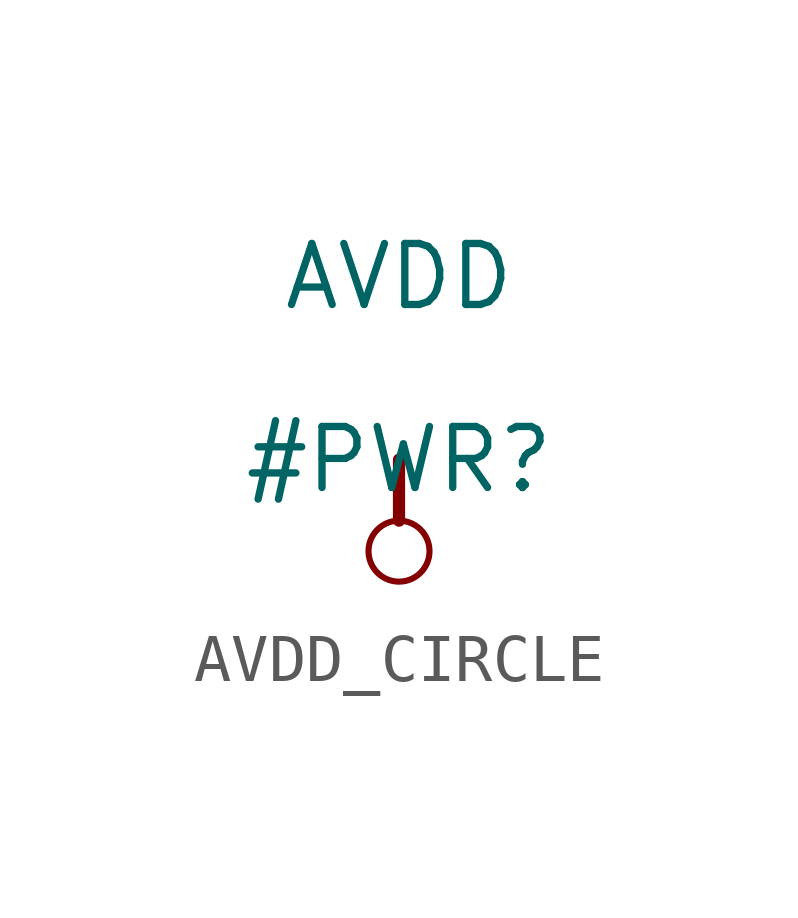
<source format=kicad_sym>
(kicad_symbol_lib
  (version 20231120)
  (generator "kicad_symbol_editor")
  (generator_version "8.0")
  (symbol "AVDD_CIRCLE"
    (power)
    (property "Reference" "#PWR"
      (at 0 0 0)
      (effects (font (size 1.27 1.27))))
    (property "Value" "AVDD"
      (at 0 3.81 0)
      (effects (font (size 1.27 1.27))))
    (symbol "AVDD_CIRCLE_0_0"
      (circle (center 0 -1.905) (radius 0.635) (stroke (width 0.127) (type solid)) (fill (type none)))
      (polyline (pts (xy 0 0) (xy 0 -1.27)) (stroke (width 0.254) (type solid)) (fill (type none)))
      (pin power_in line (at 0 0 0) (length 0) hide (name "AVDD" (effects (font (size 1.27 1.27)))) (number "" (effects (font (size 1.27 1.27))))))))
</source>
